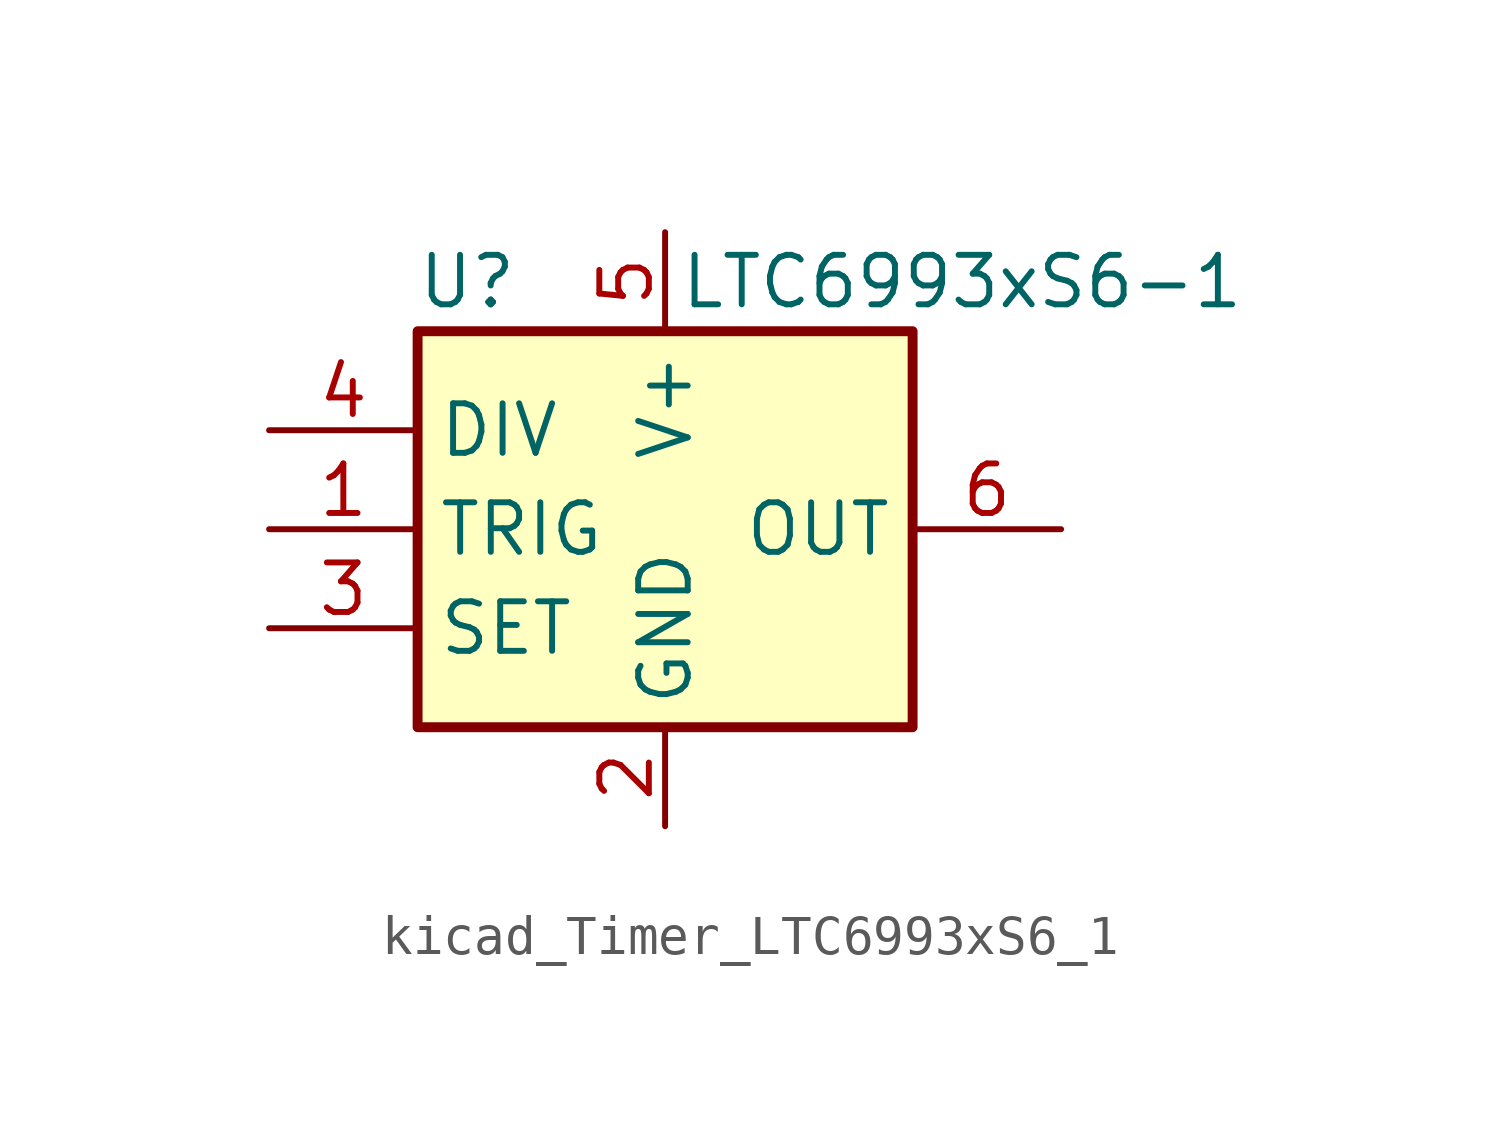
<source format=kicad_sym>
(kicad_symbol_lib
  (version 20220914)
  (generator kicad_symbol_editor)
  (symbol "kicad_Timer_LTC6993xS6_1"
    (property "Reference" "U"
      (at -5.08 6.35 0)
      (effects (font (size 1.27 1.27))))
    (property "Value" "LTC6993xS6-1"
      (at 7.62 6.35 0)
      (effects (font (size 1.27 1.27))))
    (symbol "kicad_Timer_LTC6993xS6_1_0_1"
      (rectangle (start -6.35 5.08) (end 6.35 -5.08) (stroke (width 0.254) (type default)) (fill (type background))))
    (symbol "kicad_Timer_LTC6993xS6_1_1_1"
      (pin input line (at -10.16 0 0) (length 3.81) (name "TRIG" (effects (font (size 1.27 1.27)))) (number "1" (effects (font (size 1.27 1.27)))))
      (pin power_in line (at 0 -7.62 90) (length 2.54) (name "GND" (effects (font (size 1.27 1.27)))) (number "2" (effects (font (size 1.27 1.27)))))
      (pin passive line (at -10.16 -2.54 0) (length 3.81) (name "SET" (effects (font (size 1.27 1.27)))) (number "3" (effects (font (size 1.27 1.27)))))
      (pin input line (at -10.16 2.54 0) (length 3.81) (name "DIV" (effects (font (size 1.27 1.27)))) (number "4" (effects (font (size 1.27 1.27)))))
      (pin power_in line (at 0 7.62 270) (length 2.54) (name "V+" (effects (font (size 1.27 1.27)))) (number "5" (effects (font (size 1.27 1.27)))))
      (pin output line (at 10.16 0 180) (length 3.81) (name "OUT" (effects (font (size 1.27 1.27)))) (number "6" (effects (font (size 1.27 1.27))))))))
</source>
